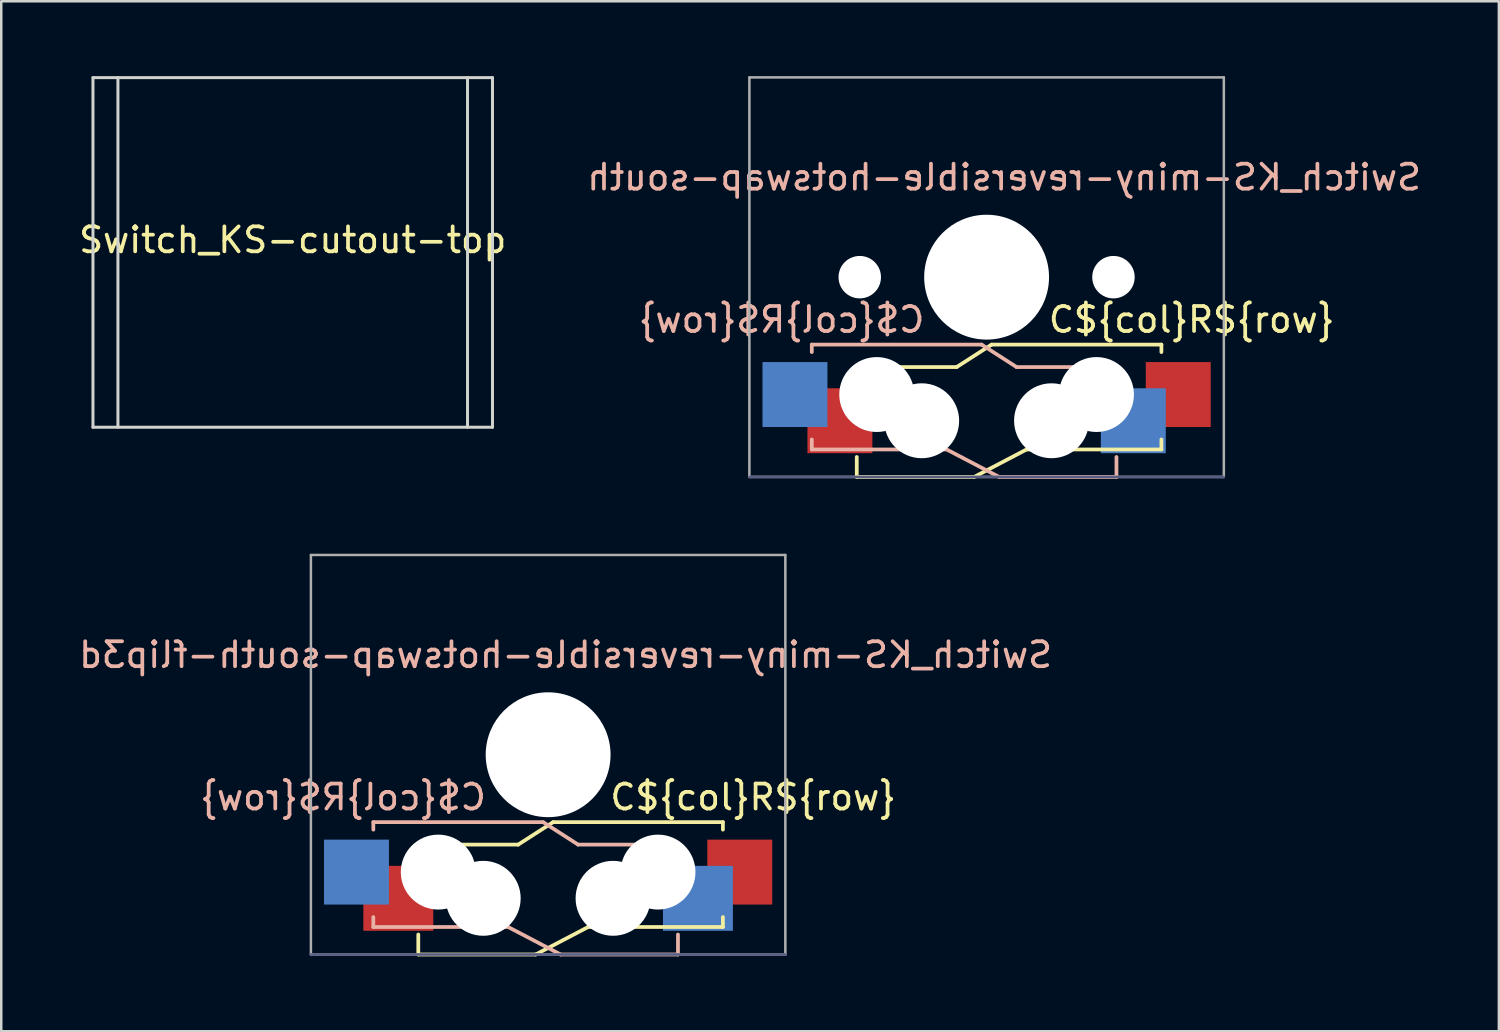
<source format=kicad_pcb>
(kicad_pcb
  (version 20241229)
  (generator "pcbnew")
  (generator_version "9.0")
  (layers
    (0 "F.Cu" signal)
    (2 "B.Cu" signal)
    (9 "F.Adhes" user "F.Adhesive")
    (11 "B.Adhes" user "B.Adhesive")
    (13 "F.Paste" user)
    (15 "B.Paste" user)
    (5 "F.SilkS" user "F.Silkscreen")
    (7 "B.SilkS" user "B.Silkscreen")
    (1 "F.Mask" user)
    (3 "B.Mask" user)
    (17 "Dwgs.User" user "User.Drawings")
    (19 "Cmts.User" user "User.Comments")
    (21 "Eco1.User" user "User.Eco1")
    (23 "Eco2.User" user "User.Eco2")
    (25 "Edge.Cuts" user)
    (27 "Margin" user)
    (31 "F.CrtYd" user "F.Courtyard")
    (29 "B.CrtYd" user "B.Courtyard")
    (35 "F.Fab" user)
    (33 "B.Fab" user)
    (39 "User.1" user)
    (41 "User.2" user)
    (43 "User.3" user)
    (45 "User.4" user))
  (footprint "Switch_KS-miny-reversible-hotswap-south-flip3d"
    (layer "F.Cu")
    (at 18.901 27.175)
    (property "Reference" "Switch_KS-miny-reversible-hotswap-south-flip3d" (at 0.7 -4 180) (layer "B.SilkS") (effects (font (size 1 1) (thickness 0.15)) (justify mirror)))
    (attr through_hole)
    (fp_line (start -5.2 3.6) (end -1.2 3.6) (stroke (width 0.15) (type default)) (layer "F.SilkS"))
    (fp_line (start -5.2 4.3) (end -5.2 3.6) (stroke (width 0.15) (type solid)) (layer "F.SilkS"))
    (fp_line (start -5.2 8) (end -5.2 7.2) (stroke (width 0.15) (type default)) (layer "F.SilkS"))
    (fp_line (start -1.2 3.6) (end 0.2 2.7) (stroke (width 0.15) (type default)) (layer "F.SilkS"))
    (fp_line (start -0.5 8) (end -5.2 8) (stroke (width 0.15) (type default)) (layer "F.SilkS"))
    (fp_line (start -0.5 8) (end 1.6 6.9) (stroke (width 0.15) (type default)) (layer "F.SilkS"))
    (fp_line (start 1.6 6.9) (end 7 6.9) (stroke (width 0.15) (type default)) (layer "F.SilkS"))
    (fp_line (start 7 2.7) (end 0.2 2.7) (stroke (width 0.15) (type default)) (layer "F.SilkS"))
    (fp_line (start 7 3) (end 7 2.7) (stroke (width 0.15) (type default)) (layer "F.SilkS"))
    (fp_line (start 7 6.9) (end 7 6.5) (stroke (width 0.15) (type default)) (layer "F.SilkS"))
    (fp_line (start -7 2.7) (end -0.2 2.7) (stroke (width 0.15) (type default)) (layer "B.SilkS"))
    (fp_line (start -7 3) (end -7 2.7) (stroke (width 0.15) (type default)) (layer "B.SilkS"))
    (fp_line (start -7 6.9) (end -7 6.5) (stroke (width 0.15) (type default)) (layer "B.SilkS"))
    (fp_line (start -1.6 6.9) (end -7 6.9) (stroke (width 0.15) (type default)) (layer "B.SilkS"))
    (fp_line (start 0.5 8) (end -1.6 6.9) (stroke (width 0.15) (type default)) (layer "B.SilkS"))
    (fp_line (start 0.5 8) (end 5.2 8) (stroke (width 0.15) (type default)) (layer "B.SilkS"))
    (fp_line (start 1.2 3.6) (end -0.2 2.7) (stroke (width 0.15) (type default)) (layer "B.SilkS"))
    (fp_line (start 5.2 3.6) (end 1.2 3.6) (stroke (width 0.15) (type default)) (layer "B.SilkS"))
    (fp_line (start 5.2 4.3) (end 5.2 3.6) (stroke (width 0.15) (type solid)) (layer "B.SilkS"))
    (fp_line (start 5.2 8) (end 5.2 7.2) (stroke (width 0.15) (type default)) (layer "B.SilkS"))
    (fp_line (start -7 -7) (end 7 -7) (stroke (width 0.15) (type solid)) (layer "Eco2.User"))
    (fp_line (start -7 7) (end -7 -7) (stroke (width 0.15) (type solid)) (layer "Eco2.User"))
    (fp_line (start -2.5 -6.3) (end -2.5 -3.1) (stroke (width 0.12) (type solid)) (layer "Eco2.User"))
    (fp_line (start 2.5 -6.3) (end -2.5 -6.3) (stroke (width 0.12) (type solid)) (layer "Eco2.User"))
    (fp_line (start 2.5 -6.3) (end 2.5 -3.1) (stroke (width 0.12) (type solid)) (layer "Eco2.User"))
    (fp_line (start 2.5 -3.1) (end -2.5 -3.1) (stroke (width 0.12) (type solid)) (layer "Eco2.User"))
    (fp_line (start 7 -7) (end 7 7) (stroke (width 0.15) (type solid)) (layer "Eco2.User"))
    (fp_line (start 7 7) (end -7 7) (stroke (width 0.15) (type solid)) (layer "Eco2.User"))
    (fp_line (start -9.5 8) (end 9.5 8) (stroke (width 0.1) (type solid)) (layer "B.Fab"))
    (fp_line (start -9.5 -8) (end 9.5 -8) (stroke (width 0.1) (type solid)) (layer "F.Fab"))
    (fp_line (start -9.5 8) (end -9.5 -8) (stroke (width 0.1) (type solid)) (layer "F.Fab"))
    (fp_line (start 9.5 -8) (end 9.5 8) (stroke (width 0.1) (type solid)) (layer "F.Fab"))
    (fp_line (start 9.5 8) (end -9.5 8) (stroke (width 0.1) (type solid)) (layer "F.Fab"))
    (fp_text user "C${col}R${row}" (at 2.4 1.7 0) (layer "F.SilkS") (effects (font (size 1 1) (thickness 0.15)) (justify left)))
    (fp_text user "C${col}R${row}" (at -2.4 1.7 0) (layer "B.SilkS") (effects (font (size 1 1) (thickness 0.15)) (justify left mirror)))
    (pad "" np_thru_hole circle (at -4.4 4.7) (size 3 3) (drill 3) (layers "*.Cu" "*.Mask"))
    (pad "" np_thru_hole circle (at -2.6 5.75) (size 3 3) (drill 3) (layers "*.Cu" "*.Mask"))
    (pad "" np_thru_hole circle (at 0 0) (size 5 5) (drill 5) (layers "*.Cu" "*.Mask"))
    (pad "" np_thru_hole circle (at 2.6 5.75) (size 3 3) (drill 3) (layers "*.Cu" "*.Mask"))
    (pad "" np_thru_hole circle (at 4.4 4.7) (size 3 3) (drill 3) (layers "*.Cu" "*.Mask"))
    (pad "1" smd rect (at -6 5.75) (size 2.8 2.6) (layers "F.Cu" "F.Mask" "F.Paste"))
    (pad "1" smd rect (at 6 5.75) (size 2.8 2.6) (layers "B.Cu" "B.Mask" "B.Paste"))
    (pad "2" smd rect (at -7.675 4.7) (size 2.6 2.6) (layers "B.Cu" "B.Mask" "B.Paste"))
    (pad "2" smd rect (at 7.675 4.7) (size 2.6 2.6) (layers "F.Cu" "F.Mask" "F.Paste")))
  (footprint "Switch_KS-miny-reversible-hotswap-south"
    (layer "F.Cu")
    (at 36.461 8.05)
    (property "Reference" "Switch_KS-miny-reversible-hotswap-south" (at 0.7 -4 180) (layer "B.SilkS") (effects (font (size 1 1) (thickness 0.15)) (justify mirror)))
    (attr through_hole)
    (fp_line (start -5.2 3.6) (end -1.2 3.6) (stroke (width 0.15) (type default)) (layer "F.SilkS"))
    (fp_line (start -5.2 4.3) (end -5.2 3.6) (stroke (width 0.15) (type solid)) (layer "F.SilkS"))
    (fp_line (start -5.2 8) (end -5.2 7.2) (stroke (width 0.15) (type default)) (layer "F.SilkS"))
    (fp_line (start -1.2 3.6) (end 0.2 2.7) (stroke (width 0.15) (type default)) (layer "F.SilkS"))
    (fp_line (start -0.5 8) (end -5.2 8) (stroke (width 0.15) (type default)) (layer "F.SilkS"))
    (fp_line (start -0.5 8) (end 1.6 6.9) (stroke (width 0.15) (type default)) (layer "F.SilkS"))
    (fp_line (start 1.6 6.9) (end 7 6.9) (stroke (width 0.15) (type default)) (layer "F.SilkS"))
    (fp_line (start 7 2.7) (end 0.2 2.7) (stroke (width 0.15) (type default)) (layer "F.SilkS"))
    (fp_line (start 7 3) (end 7 2.7) (stroke (width 0.15) (type default)) (layer "F.SilkS"))
    (fp_line (start 7 6.9) (end 7 6.5) (stroke (width 0.15) (type default)) (layer "F.SilkS"))
    (fp_line (start -7 2.7) (end -0.2 2.7) (stroke (width 0.15) (type default)) (layer "B.SilkS"))
    (fp_line (start -7 3) (end -7 2.7) (stroke (width 0.15) (type default)) (layer "B.SilkS"))
    (fp_line (start -7 6.9) (end -7 6.5) (stroke (width 0.15) (type default)) (layer "B.SilkS"))
    (fp_line (start -1.6 6.9) (end -7 6.9) (stroke (width 0.15) (type default)) (layer "B.SilkS"))
    (fp_line (start 0.5 8) (end -1.6 6.9) (stroke (width 0.15) (type default)) (layer "B.SilkS"))
    (fp_line (start 0.5 8) (end 5.2 8) (stroke (width 0.15) (type default)) (layer "B.SilkS"))
    (fp_line (start 1.2 3.6) (end -0.2 2.7) (stroke (width 0.15) (type default)) (layer "B.SilkS"))
    (fp_line (start 5.2 3.6) (end 1.2 3.6) (stroke (width 0.15) (type default)) (layer "B.SilkS"))
    (fp_line (start 5.2 4.3) (end 5.2 3.6) (stroke (width 0.15) (type solid)) (layer "B.SilkS"))
    (fp_line (start 5.2 8) (end 5.2 7.2) (stroke (width 0.15) (type default)) (layer "B.SilkS"))
    (fp_line (start -7 -7) (end 7 -7) (stroke (width 0.15) (type solid)) (layer "Eco2.User"))
    (fp_line (start -7 7) (end -7 -7) (stroke (width 0.15) (type solid)) (layer "Eco2.User"))
    (fp_line (start -2.5 -6.3) (end -2.5 -3.1) (stroke (width 0.12) (type solid)) (layer "Eco2.User"))
    (fp_line (start 2.5 -6.3) (end -2.5 -6.3) (stroke (width 0.12) (type solid)) (layer "Eco2.User"))
    (fp_line (start 2.5 -6.3) (end 2.5 -3.1) (stroke (width 0.12) (type solid)) (layer "Eco2.User"))
    (fp_line (start 2.5 -3.1) (end -2.5 -3.1) (stroke (width 0.12) (type solid)) (layer "Eco2.User"))
    (fp_line (start 7 -7) (end 7 7) (stroke (width 0.15) (type solid)) (layer "Eco2.User"))
    (fp_line (start 7 7) (end -7 7) (stroke (width 0.15) (type solid)) (layer "Eco2.User"))
    (fp_line (start -9.5 8) (end 9.5 8) (stroke (width 0.1) (type solid)) (layer "B.Fab"))
    (fp_line (start -9.5 -8) (end 9.5 -8) (stroke (width 0.1) (type solid)) (layer "F.Fab"))
    (fp_line (start -9.5 8) (end -9.5 -8) (stroke (width 0.1) (type solid)) (layer "F.Fab"))
    (fp_line (start 9.5 -8) (end 9.5 8) (stroke (width 0.1) (type solid)) (layer "F.Fab"))
    (fp_line (start 9.5 8) (end -9.5 8) (stroke (width 0.1) (type solid)) (layer "F.Fab"))
    (fp_text user "C${col}R${row}" (at 2.4 1.7 0) (layer "F.SilkS") (effects (font (size 1 1) (thickness 0.15)) (justify left)))
    (fp_text user "C${col}R${row}" (at -2.4 1.7 0) (layer "B.SilkS") (effects (font (size 1 1) (thickness 0.15)) (justify left mirror)))
    (pad "" np_thru_hole circle (at -5.08 0 180) (size 1.7 1.7) (drill 1.7) (layers "*.Cu" "*.Mask"))
    (pad "" np_thru_hole circle (at -4.4 4.7) (size 3 3) (drill 3) (layers "*.Cu" "*.Mask"))
    (pad "" np_thru_hole circle (at -2.6 5.75) (size 3 3) (drill 3) (layers "*.Cu" "*.Mask"))
    (pad "" np_thru_hole circle (at 0 0) (size 5 5) (drill 5) (layers "*.Cu" "*.Mask"))
    (pad "" np_thru_hole circle (at 2.6 5.75) (size 3 3) (drill 3) (layers "*.Cu" "*.Mask"))
    (pad "" np_thru_hole circle (at 4.4 4.7) (size 3 3) (drill 3) (layers "*.Cu" "*.Mask"))
    (pad "" np_thru_hole circle (at 5.08 0 180) (size 1.7 1.7) (drill 1.7) (layers "*.Cu" "*.Mask"))
    (pad "1" smd rect (at -5.875 5.75) (size 2.6 2.6) (layers "F.Cu" "F.Mask" "F.Paste"))
    (pad "1" smd rect (at 5.875 5.75) (size 2.6 2.6) (layers "B.Cu" "B.Mask" "B.Paste"))
    (pad "2" smd rect (at -7.675 4.7) (size 2.6 2.6) (layers "B.Cu" "B.Mask" "B.Paste"))
    (pad "2" smd rect (at 7.675 4.7) (size 2.6 2.6) (layers "F.Cu" "F.Mask" "F.Paste")))
  (footprint "Switch_KS-cutout-top"
    (layer "F.Cu")
    (at 8.673 7.06)
    (property "Reference" "Switch_KS-cutout-top" (at 0 -0.5 0) (unlocked yes) (layer "F.SilkS") (effects (font (size 1 1) (thickness 0.15))))
    (attr through_hole)
    (fp_line (start -8 7) (end -8 -7) (stroke (width 0.12) (type solid)) (layer "Edge.Cuts"))
    (fp_line (start -7 -7) (end -8 -7) (stroke (width 0.12) (type default)) (layer "Edge.Cuts"))
    (fp_line (start -7 7) (end -8 7) (stroke (width 0.12) (type default)) (layer "Edge.Cuts"))
    (fp_line (start 7 -7) (end 8 -7) (stroke (width 0.12) (type default)) (layer "Edge.Cuts"))
    (fp_line (start 7 7) (end 8 7) (stroke (width 0.12) (type default)) (layer "Edge.Cuts"))
    (fp_line (start 8 -7) (end 8 7) (stroke (width 0.12) (type default)) (layer "Edge.Cuts"))
    (fp_rect (start -7 -7) (end 7 7) (stroke (width 0.12) (type solid)) (fill no) (layer "Edge.Cuts")))
  (gr_rect
    (start -3 -3)
    (end 56.976 38.25)
    (stroke (width 0.1) (type default))
    (fill no)
    (layer "Edge.Cuts")))
</source>
